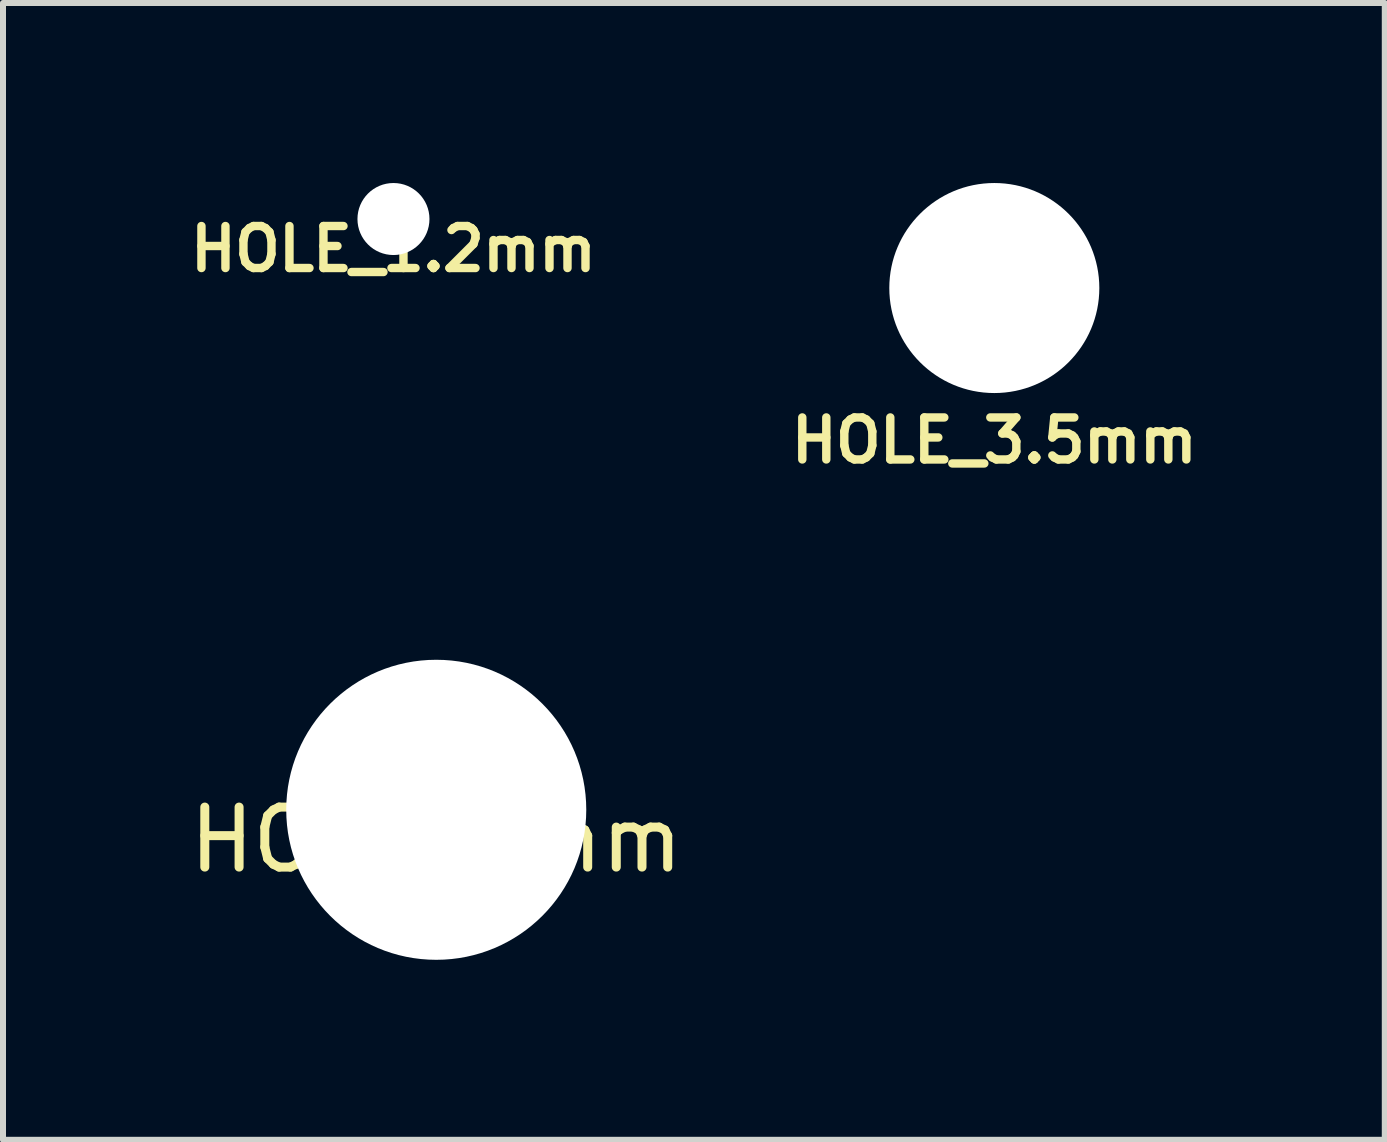
<source format=kicad_pcb>
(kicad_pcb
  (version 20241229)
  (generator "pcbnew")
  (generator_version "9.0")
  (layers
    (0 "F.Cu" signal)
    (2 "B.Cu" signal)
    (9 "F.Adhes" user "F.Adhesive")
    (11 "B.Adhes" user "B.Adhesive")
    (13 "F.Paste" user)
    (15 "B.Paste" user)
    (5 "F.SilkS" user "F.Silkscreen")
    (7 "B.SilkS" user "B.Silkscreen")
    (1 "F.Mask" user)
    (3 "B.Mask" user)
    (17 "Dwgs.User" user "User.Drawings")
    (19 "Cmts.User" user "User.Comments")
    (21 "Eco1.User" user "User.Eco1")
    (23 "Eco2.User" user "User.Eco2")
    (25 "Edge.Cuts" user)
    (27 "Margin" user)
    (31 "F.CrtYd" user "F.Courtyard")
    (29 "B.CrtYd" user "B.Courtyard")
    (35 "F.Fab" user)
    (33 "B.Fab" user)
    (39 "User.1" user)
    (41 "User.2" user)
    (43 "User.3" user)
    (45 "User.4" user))
  (footprint "HOLE_1.2mm"
    (layer "F.Cu")
    (at 3.507 0.6)
    (property "Reference" "HOLE_1.2mm" (at 0 0.5 0) (layer "F.SilkS") (effects (font (size 0.7 0.7) (thickness 0.14))))
    (attr through_hole)
    (pad "" np_thru_hole circle (at 0 0) (size 1.2 1.2) (drill 1.2) (layers "*.Cu" "*.Mask")))
  (footprint "HOLE_3.5mm"
    (layer "F.Cu")
    (at 13.52 1.75)
    (property "Reference" "HOLE_3.5mm" (at 0 2.54 0) (layer "F.SilkS") (effects (font (size 0.7 0.7) (thickness 0.14))))
    (attr through_hole)
    (pad "" np_thru_hole circle (at 0 0) (size 3.5 3.5) (drill 3.5) (layers "*.Cu" "*.Mask")))
  (footprint "HOLE_5mm"
    (layer "F.Cu")
    (at 4.22 10.445)
    (property "Reference" "HOLE_5mm" (at 0 0.5 0) (layer "F.SilkS") (effects (font (size 1 1) (thickness 0.15))))
    (attr through_hole)
    (pad "" np_thru_hole circle (at 0 0) (size 5 5) (drill 5) (layers "*.Cu" "*.Mask")))
  (gr_rect
    (start -3 -3)
    (end 20.027 15.945)
    (stroke (width 0.1) (type default))
    (fill no)
    (layer "Edge.Cuts")))
</source>
